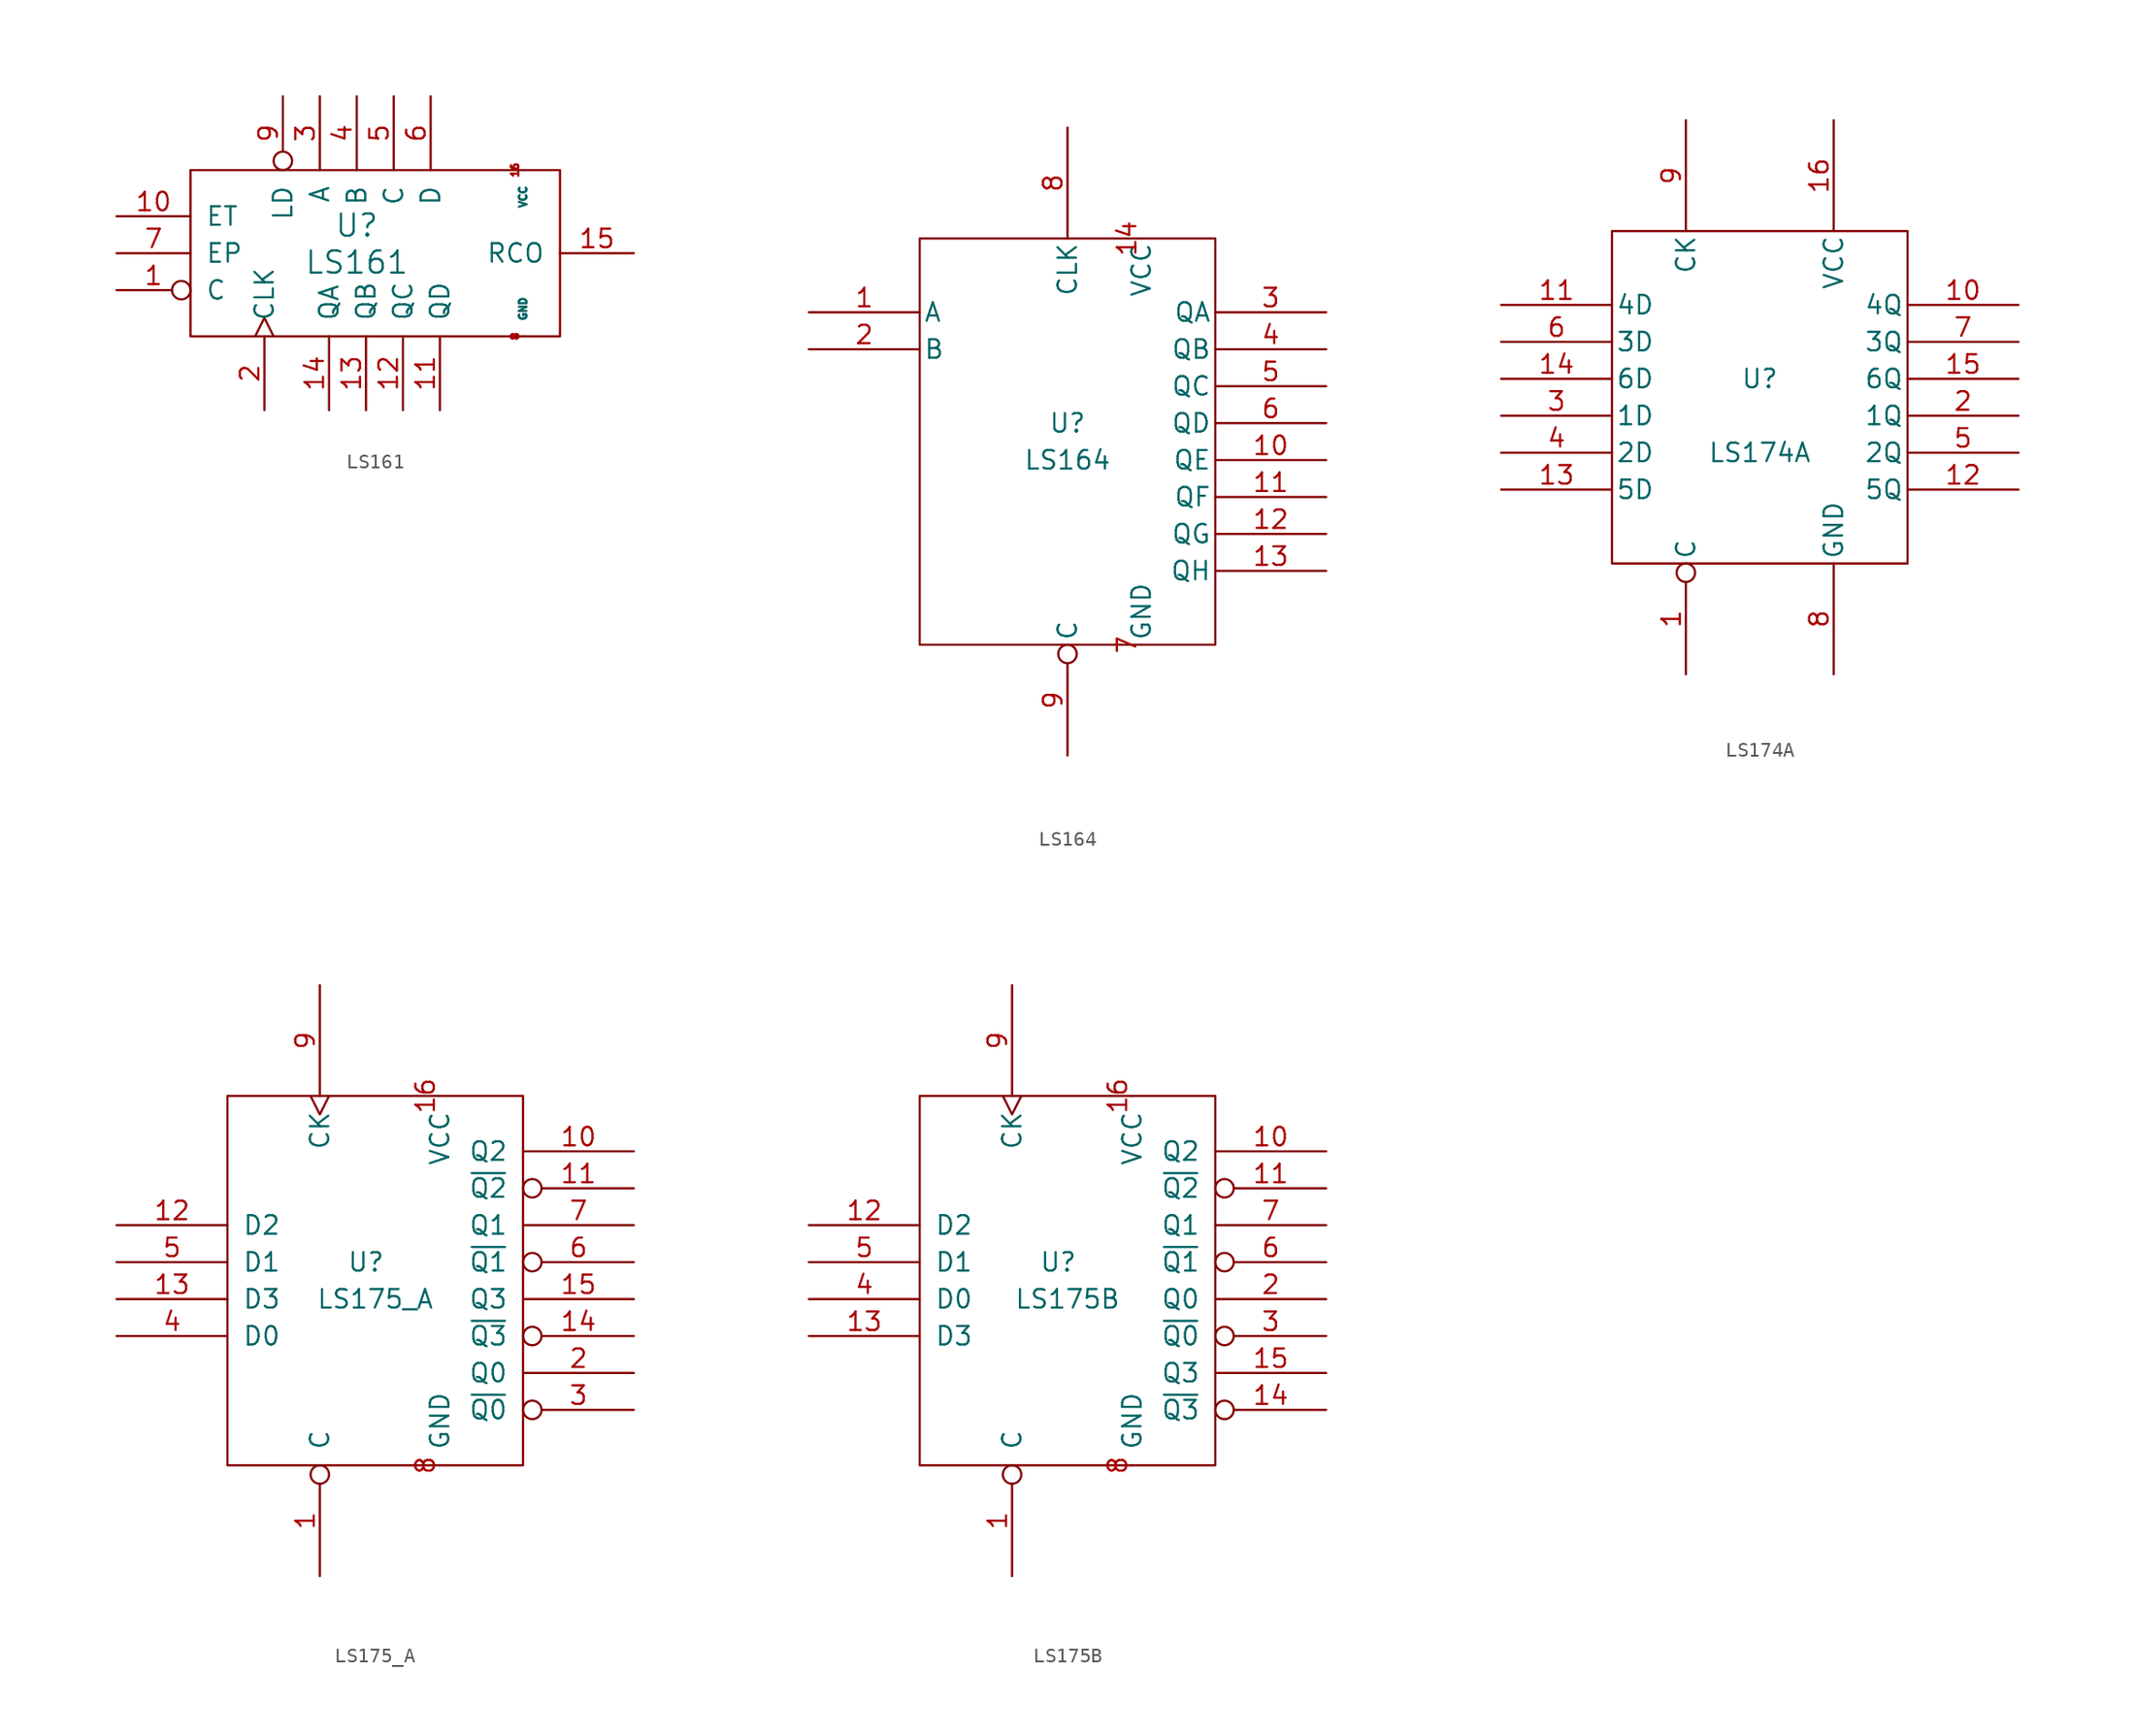
<source format=kicad_sym>
(kicad_symbol_lib
  (version 20211014)
  (generator kicad_symbol_editor)
  (symbol "LS161"
    (pin_names
      (offset 1.016))
    (property "Reference" "U"
      (at 0 1.905 0)
      (effects (font (size 1.524 1.524))))
    (property "Value" "LS161"
      (at 0 -0.635 0)
      (effects (font (size 1.524 1.524))))
    (symbol "LS161_0_1"
      (rectangle (start -11.43 5.715) (end 13.97 -5.715) (stroke (width 0) (type default) (color 0 0 0 0)) (fill (type none))))
    (symbol "LS161_1_1"
      (pin input inverted (at -16.51 -2.54 0) (length 5.08) (name "C" (effects (font (size 1.27 1.27)))) (number "1" (effects (font (size 1.27 1.27)))))
      (pin input line (at -16.51 2.54 0) (length 5.08) (name "ET" (effects (font (size 1.27 1.27)))) (number "10" (effects (font (size 1.27 1.27)))))
      (pin output line (at 5.715 -10.795 90) (length 5.08) (name "QD" (effects (font (size 1.27 1.27)))) (number "11" (effects (font (size 1.27 1.27)))))
      (pin output line (at 3.175 -10.795 90) (length 5.08) (name "QC" (effects (font (size 1.27 1.27)))) (number "12" (effects (font (size 1.27 1.27)))))
      (pin output line (at 0.635 -10.795 90) (length 5.08) (name "QB" (effects (font (size 1.27 1.27)))) (number "13" (effects (font (size 1.27 1.27)))))
      (pin output line (at -1.905 -10.795 90) (length 5.08) (name "QA" (effects (font (size 1.27 1.27)))) (number "14" (effects (font (size 1.27 1.27)))))
      (pin output line (at 19.05 0 180) (length 5.08) (name "RCO" (effects (font (size 1.27 1.27)))) (number "15" (effects (font (size 1.27 1.27)))))
      (pin power_in line (at 11.43 5.715 270) (length 0) (name "VCC" (effects (font (size 0.508 0.508)))) (number "16" (effects (font (size 0.508 0.508)))))
      (pin input clock (at -6.35 -10.795 90) (length 5.08) (name "CLK" (effects (font (size 1.27 1.27)))) (number "2" (effects (font (size 1.27 1.27)))))
      (pin input line (at -2.54 10.795 270) (length 5.08) (name "A" (effects (font (size 1.27 1.27)))) (number "3" (effects (font (size 1.27 1.27)))))
      (pin input line (at 0 10.795 270) (length 5.08) (name "B" (effects (font (size 1.27 1.27)))) (number "4" (effects (font (size 1.27 1.27)))))
      (pin input line (at 2.54 10.795 270) (length 5.08) (name "C" (effects (font (size 1.27 1.27)))) (number "5" (effects (font (size 1.27 1.27)))))
      (pin input line (at 5.08 10.795 270) (length 5.08) (name "D" (effects (font (size 1.27 1.27)))) (number "6" (effects (font (size 1.27 1.27)))))
      (pin input line (at -16.51 0 0) (length 5.08) (name "EP" (effects (font (size 1.27 1.27)))) (number "7" (effects (font (size 1.27 1.27)))))
      (pin power_in line (at 11.43 -5.715 90) (length 0) (name "GND" (effects (font (size 0.508 0.508)))) (number "8" (effects (font (size 0.508 0.508)))))
      (pin input inverted (at -5.08 10.795 270) (length 5.08) (name "LD" (effects (font (size 1.27 1.27)))) (number "9" (effects (font (size 1.27 1.27)))))))
  (symbol "LS164"
    (pin_names
      (offset 0.254))
    (property "Reference" "U"
      (at 0 1.27 0)
      (effects (font (size 1.27 1.27))))
    (property "Value" "LS164"
      (at 0 -1.27 0)
      (effects (font (size 1.27 1.27))))
    (symbol "LS164_0_1"
      (rectangle (start -10.16 13.97) (end 10.16 -13.97) (stroke (width 0) (type default) (color 0 0 0 0)) (fill (type none))))
    (symbol "LS164_1_0"
      (pin power_in line (at 5.08 13.97 270) (length 0) (name "VCC" (effects (font (size 1.27 1.27)))) (number "14" (effects (font (size 1.27 1.27)))))
      (pin power_in line (at 5.08 -13.97 90) (length 0) (name "GND" (effects (font (size 1.27 1.27)))) (number "7" (effects (font (size 1.27 1.27))))))
    (symbol "LS164_1_1"
      (pin input line (at -17.78 8.89 0) (length 7.62) (name "A" (effects (font (size 1.27 1.27)))) (number "1" (effects (font (size 1.27 1.27)))))
      (pin output line (at 17.78 -1.27 180) (length 7.62) (name "QE" (effects (font (size 1.27 1.27)))) (number "10" (effects (font (size 1.27 1.27)))))
      (pin output line (at 17.78 -3.81 180) (length 7.62) (name "QF" (effects (font (size 1.27 1.27)))) (number "11" (effects (font (size 1.27 1.27)))))
      (pin output line (at 17.78 -6.35 180) (length 7.62) (name "QG" (effects (font (size 1.27 1.27)))) (number "12" (effects (font (size 1.27 1.27)))))
      (pin output line (at 17.78 -8.89 180) (length 7.62) (name "QH" (effects (font (size 1.27 1.27)))) (number "13" (effects (font (size 1.27 1.27)))))
      (pin input line (at -17.78 6.35 0) (length 7.62) (name "B" (effects (font (size 1.27 1.27)))) (number "2" (effects (font (size 1.27 1.27)))))
      (pin output line (at 17.78 8.89 180) (length 7.62) (name "QA" (effects (font (size 1.27 1.27)))) (number "3" (effects (font (size 1.27 1.27)))))
      (pin output line (at 17.78 6.35 180) (length 7.62) (name "QB" (effects (font (size 1.27 1.27)))) (number "4" (effects (font (size 1.27 1.27)))))
      (pin output line (at 17.78 3.81 180) (length 7.62) (name "QC" (effects (font (size 1.27 1.27)))) (number "5" (effects (font (size 1.27 1.27)))))
      (pin output line (at 17.78 1.27 180) (length 7.62) (name "QD" (effects (font (size 1.27 1.27)))) (number "6" (effects (font (size 1.27 1.27)))))
      (pin input line (at 0 21.59 270) (length 7.62) (name "CLK" (effects (font (size 1.27 1.27)))) (number "8" (effects (font (size 1.27 1.27)))))
      (pin input inverted (at 0 -21.59 90) (length 7.62) (name "C" (effects (font (size 1.27 1.27)))) (number "9" (effects (font (size 1.27 1.27)))))))
  (symbol "LS174A"
    (pin_names
      (offset 0.254))
    (property "Reference" "U"
      (at 0 1.27 0)
      (effects (font (size 1.27 1.27))))
    (property "Value" "LS174A"
      (at 0 -3.81 0)
      (effects (font (size 1.27 1.27))))
    (symbol "LS174A_0_0"
      (pin power_in line (at 5.08 19.05 270) (length 7.62) (name "VCC" (effects (font (size 1.27 1.27)))) (number "16" (effects (font (size 1.27 1.27))))))
    (symbol "LS174A_1_0"
      (pin power_in line (at 5.08 -19.05 90) (length 7.62) (name "GND" (effects (font (size 1.27 1.27)))) (number "8" (effects (font (size 1.27 1.27))))))
    (symbol "LS174A_1_1"
      (rectangle (start -10.16 11.43) (end 10.16 -11.43) (stroke (width 0) (type default) (color 0 0 0 0)) (fill (type none)))
      (pin input inverted (at -5.08 -19.05 90) (length 7.62) (name "C" (effects (font (size 1.27 1.27)))) (number "1" (effects (font (size 1.27 1.27)))))
      (pin output line (at 17.78 6.35 180) (length 7.62) (name "4Q" (effects (font (size 1.27 1.27)))) (number "10" (effects (font (size 1.27 1.27)))))
      (pin input line (at -17.78 6.35 0) (length 7.62) (name "4D" (effects (font (size 1.27 1.27)))) (number "11" (effects (font (size 1.27 1.27)))))
      (pin output line (at 17.78 -6.35 180) (length 7.62) (name "5Q" (effects (font (size 1.27 1.27)))) (number "12" (effects (font (size 1.27 1.27)))))
      (pin input line (at -17.78 -6.35 0) (length 7.62) (name "5D" (effects (font (size 1.27 1.27)))) (number "13" (effects (font (size 1.27 1.27)))))
      (pin input line (at -17.78 1.27 0) (length 7.62) (name "6D" (effects (font (size 1.27 1.27)))) (number "14" (effects (font (size 1.27 1.27)))))
      (pin output line (at 17.78 1.27 180) (length 7.62) (name "6Q" (effects (font (size 1.27 1.27)))) (number "15" (effects (font (size 1.27 1.27)))))
      (pin output line (at 17.78 -1.27 180) (length 7.62) (name "1Q" (effects (font (size 1.27 1.27)))) (number "2" (effects (font (size 1.27 1.27)))))
      (pin input line (at -17.78 -1.27 0) (length 7.62) (name "1D" (effects (font (size 1.27 1.27)))) (number "3" (effects (font (size 1.27 1.27)))))
      (pin input line (at -17.78 -3.81 0) (length 7.62) (name "2D" (effects (font (size 1.27 1.27)))) (number "4" (effects (font (size 1.27 1.27)))))
      (pin output line (at 17.78 -3.81 180) (length 7.62) (name "2Q" (effects (font (size 1.27 1.27)))) (number "5" (effects (font (size 1.27 1.27)))))
      (pin input line (at -17.78 3.81 0) (length 7.62) (name "3D" (effects (font (size 1.27 1.27)))) (number "6" (effects (font (size 1.27 1.27)))))
      (pin output line (at 17.78 3.81 180) (length 7.62) (name "3Q" (effects (font (size 1.27 1.27)))) (number "7" (effects (font (size 1.27 1.27)))))
      (pin input line (at -5.08 19.05 270) (length 7.62) (name "CK" (effects (font (size 1.27 1.27)))) (number "9" (effects (font (size 1.27 1.27)))))))
  (symbol "LS175_A"
    (pin_names
      (offset 1.016))
    (property "Reference" "U"
      (at -0.635 1.27 0)
      (effects (font (size 1.27 1.27))))
    (property "Value" "LS175_A"
      (at 0 -1.27 0)
      (effects (font (size 1.27 1.27))))
    (symbol "LS175_A_0_0"
      (pin power_in line (at 4.445 12.7 270) (length 0) (name "VCC" (effects (font (size 1.27 1.27)))) (number "16" (effects (font (size 1.27 1.27)))))
      (pin power_in line (at 4.445 -12.7 90) (length 0) (name "GND" (effects (font (size 1.27 1.27)))) (number "8" (effects (font (size 1.27 1.27))))))
    (symbol "LS175_A_0_1"
      (rectangle (start -10.16 12.7) (end 10.16 -12.7) (stroke (width 0) (type default) (color 0 0 0 0)) (fill (type none))))
    (symbol "LS175_A_1_1"
      (pin input inverted (at -3.81 -20.32 90) (length 7.62) (name "C" (effects (font (size 1.27 1.27)))) (number "1" (effects (font (size 1.27 1.27)))))
      (pin output line (at 17.78 8.89 180) (length 7.62) (name "Q2" (effects (font (size 1.27 1.27)))) (number "10" (effects (font (size 1.27 1.27)))))
      (pin output inverted (at 17.78 6.35 180) (length 7.62) (name "~{Q2}" (effects (font (size 1.27 1.27)))) (number "11" (effects (font (size 1.27 1.27)))))
      (pin input line (at -17.78 3.81 0) (length 7.62) (name "D2" (effects (font (size 1.27 1.27)))) (number "12" (effects (font (size 1.27 1.27)))))
      (pin input line (at -17.78 -1.27 0) (length 7.62) (name "D3" (effects (font (size 1.27 1.27)))) (number "13" (effects (font (size 1.27 1.27)))))
      (pin output inverted (at 17.78 -3.81 180) (length 7.62) (name "~{Q3}" (effects (font (size 1.27 1.27)))) (number "14" (effects (font (size 1.27 1.27)))))
      (pin output line (at 17.78 -1.27 180) (length 7.62) (name "Q3" (effects (font (size 1.27 1.27)))) (number "15" (effects (font (size 1.27 1.27)))))
      (pin output line (at 17.78 -6.35 180) (length 7.62) (name "Q0" (effects (font (size 1.27 1.27)))) (number "2" (effects (font (size 1.27 1.27)))))
      (pin output inverted (at 17.78 -8.89 180) (length 7.62) (name "~{Q0}" (effects (font (size 1.27 1.27)))) (number "3" (effects (font (size 1.27 1.27)))))
      (pin input line (at -17.78 -3.81 0) (length 7.62) (name "D0" (effects (font (size 1.27 1.27)))) (number "4" (effects (font (size 1.27 1.27)))))
      (pin input line (at -17.78 1.27 0) (length 7.62) (name "D1" (effects (font (size 1.27 1.27)))) (number "5" (effects (font (size 1.27 1.27)))))
      (pin output inverted (at 17.78 1.27 180) (length 7.62) (name "~{Q1}" (effects (font (size 1.27 1.27)))) (number "6" (effects (font (size 1.27 1.27)))))
      (pin output line (at 17.78 3.81 180) (length 7.62) (name "Q1" (effects (font (size 1.27 1.27)))) (number "7" (effects (font (size 1.27 1.27)))))
      (pin input clock (at -3.81 20.32 270) (length 7.62) (name "CK" (effects (font (size 1.27 1.27)))) (number "9" (effects (font (size 1.27 1.27)))))))
  (symbol "LS175B"
    (pin_names
      (offset 1.016))
    (property "Reference" "U"
      (at -0.635 1.27 0)
      (effects (font (size 1.27 1.27))))
    (property "Value" "LS175B"
      (at 0 -1.27 0)
      (effects (font (size 1.27 1.27))))
    (symbol "LS175B_0_0"
      (pin power_in line (at 4.445 12.7 270) (length 0) (name "VCC" (effects (font (size 1.27 1.27)))) (number "16" (effects (font (size 1.27 1.27)))))
      (pin power_in line (at 4.445 -12.7 90) (length 0) (name "GND" (effects (font (size 1.27 1.27)))) (number "8" (effects (font (size 1.27 1.27))))))
    (symbol "LS175B_0_1"
      (rectangle (start -10.16 12.7) (end 10.16 -12.7) (stroke (width 0) (type default) (color 0 0 0 0)) (fill (type none))))
    (symbol "LS175B_1_1"
      (pin input inverted (at -3.81 -20.32 90) (length 7.62) (name "C" (effects (font (size 1.27 1.27)))) (number "1" (effects (font (size 1.27 1.27)))))
      (pin output line (at 17.78 8.89 180) (length 7.62) (name "Q2" (effects (font (size 1.27 1.27)))) (number "10" (effects (font (size 1.27 1.27)))))
      (pin output inverted (at 17.78 6.35 180) (length 7.62) (name "~{Q2}" (effects (font (size 1.27 1.27)))) (number "11" (effects (font (size 1.27 1.27)))))
      (pin input line (at -17.78 3.81 0) (length 7.62) (name "D2" (effects (font (size 1.27 1.27)))) (number "12" (effects (font (size 1.27 1.27)))))
      (pin input line (at -17.78 -3.81 0) (length 7.62) (name "D3" (effects (font (size 1.27 1.27)))) (number "13" (effects (font (size 1.27 1.27)))))
      (pin output inverted (at 17.78 -8.89 180) (length 7.62) (name "~{Q3}" (effects (font (size 1.27 1.27)))) (number "14" (effects (font (size 1.27 1.27)))))
      (pin output line (at 17.78 -6.35 180) (length 7.62) (name "Q3" (effects (font (size 1.27 1.27)))) (number "15" (effects (font (size 1.27 1.27)))))
      (pin output line (at 17.78 -1.27 180) (length 7.62) (name "Q0" (effects (font (size 1.27 1.27)))) (number "2" (effects (font (size 1.27 1.27)))))
      (pin output inverted (at 17.78 -3.81 180) (length 7.62) (name "~{Q0}" (effects (font (size 1.27 1.27)))) (number "3" (effects (font (size 1.27 1.27)))))
      (pin input line (at -17.78 -1.27 0) (length 7.62) (name "D0" (effects (font (size 1.27 1.27)))) (number "4" (effects (font (size 1.27 1.27)))))
      (pin input line (at -17.78 1.27 0) (length 7.62) (name "D1" (effects (font (size 1.27 1.27)))) (number "5" (effects (font (size 1.27 1.27)))))
      (pin output inverted (at 17.78 1.27 180) (length 7.62) (name "~{Q1}" (effects (font (size 1.27 1.27)))) (number "6" (effects (font (size 1.27 1.27)))))
      (pin output line (at 17.78 3.81 180) (length 7.62) (name "Q1" (effects (font (size 1.27 1.27)))) (number "7" (effects (font (size 1.27 1.27)))))
      (pin input clock (at -3.81 20.32 270) (length 7.62) (name "CK" (effects (font (size 1.27 1.27)))) (number "9" (effects (font (size 1.27 1.27))))))))
</source>
